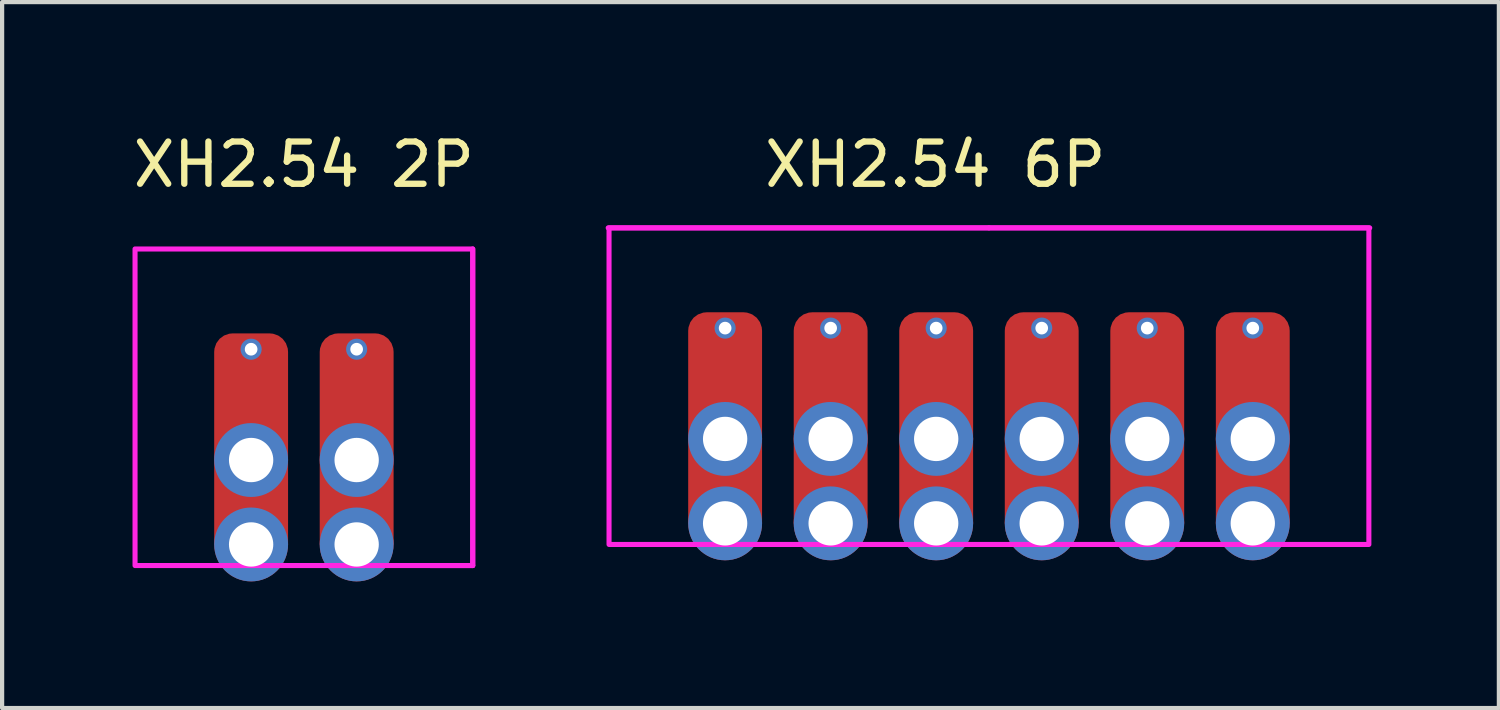
<source format=kicad_pcb>
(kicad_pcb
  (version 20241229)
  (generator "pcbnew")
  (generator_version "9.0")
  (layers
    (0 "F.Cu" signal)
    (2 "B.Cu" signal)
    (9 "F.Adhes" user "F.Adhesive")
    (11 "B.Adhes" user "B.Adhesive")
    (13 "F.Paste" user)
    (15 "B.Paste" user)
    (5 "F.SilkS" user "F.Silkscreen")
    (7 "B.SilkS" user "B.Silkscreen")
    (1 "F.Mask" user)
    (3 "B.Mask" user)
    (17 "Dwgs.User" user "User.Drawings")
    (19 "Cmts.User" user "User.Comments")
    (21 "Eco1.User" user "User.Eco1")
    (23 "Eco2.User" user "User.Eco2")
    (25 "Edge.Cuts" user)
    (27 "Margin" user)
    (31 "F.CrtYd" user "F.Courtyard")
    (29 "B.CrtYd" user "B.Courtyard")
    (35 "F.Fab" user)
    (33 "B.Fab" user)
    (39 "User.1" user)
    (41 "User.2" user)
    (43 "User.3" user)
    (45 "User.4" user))
  (footprint "XH2.54 2P"
    (layer "F.Cu")
    (at 4.149 9.848)
    (property "Reference" "XH2.54 2P" (at 0 -9 0) (unlocked yes) (layer "F.SilkS") (effects (font (size 1 1) (thickness 0.15))))
    (attr through_hole)
    (fp_line (start 3 0.5) (end 4 0.5) (stroke (width 0.12) (type solid)) (layer "F.CrtYd"))
    (fp_line (start 4 0.5) (end 4 -7) (stroke (width 0.12) (type solid)) (layer "F.CrtYd"))
    (fp_rect (start -4 -7) (end 4 0.5) (stroke (width 0.12) (type default)) (fill no) (layer "F.CrtYd"))
    (pad "1" thru_hole circle (at -1.25 -4.625) (size 0.5 0.5) (drill 0.3) (property pad_prop_heatsink) (layers "*.Cu"))
    (pad "1" smd roundrect (at -1.25 -2.5) (size 1.75 5) (layers "F.Cu" "F.Mask") (roundrect_rratio 0.25) (chamfer_ratio 0) (chamfer bottom_left bottom_right))
    (pad "1" thru_hole circle (at -1.25 -2 180) (size 1.75 1.75) (drill 1.05) (layers "*.Cu" "*.Mask"))
    (pad "1" thru_hole circle (at -1.25 0) (size 1.75 1.75) (drill 1.05) (layers "*.Cu" "*.Mask"))
    (pad "2" thru_hole circle (at 1.25 -4.625) (size 0.5 0.5) (drill 0.3) (property pad_prop_heatsink) (layers "*.Cu"))
    (pad "2" smd roundrect (at 1.25 -2.5) (size 1.75 5) (layers "F.Cu" "F.Mask") (roundrect_rratio 0.25) (chamfer_ratio 0) (chamfer bottom_left bottom_right))
    (pad "2" thru_hole circle (at 1.25 -2 180) (size 1.75 1.75) (drill 1.05) (layers "*.Cu" "*.Mask"))
    (pad "2" thru_hole circle (at 1.25 0) (size 1.75 1.75) (drill 1.05) (layers "*.Cu" "*.Mask")))
  (footprint "XH2.54 6P"
    (layer "F.Cu")
    (at 20.378 9.348)
    (property "Reference" "XH2.54 6P" (at -1.27 -8.5 0) (unlocked yes) (layer "F.SilkS") (effects (font (size 1 1) (thickness 0.15))))
    (attr through_hole)
    (fp_line (start 0 -7) (end -9.02 -7) (stroke (width 0.12) (type solid)) (layer "F.CrtYd"))
    (fp_line (start 0 -7) (end 9.02 -7) (stroke (width 0.12) (type solid)) (layer "F.CrtYd"))
    (fp_rect (start -9 -7) (end 9 0.5) (stroke (width 0.12) (type default)) (fill no) (layer "F.CrtYd"))
    (pad "1" thru_hole circle (at -6.25 -4.625) (size 0.5 0.5) (drill 0.3) (property pad_prop_heatsink) (layers "*.Cu"))
    (pad "1" smd roundrect (at -6.25 -2.5) (size 1.75 5) (layers "F.Cu" "F.Mask") (roundrect_rratio 0.25) (chamfer_ratio 0) (chamfer bottom_left bottom_right))
    (pad "1" thru_hole circle (at -6.25 -2 180) (size 1.75 1.75) (drill 1.05) (layers "*.Cu" "*.Mask"))
    (pad "1" thru_hole circle (at -6.25 0) (size 1.75 1.75) (drill 1.05) (layers "*.Cu" "*.Mask"))
    (pad "2" thru_hole circle (at -3.75 -4.625) (size 0.5 0.5) (drill 0.3) (property pad_prop_heatsink) (layers "*.Cu"))
    (pad "2" smd roundrect (at -3.75 -2.5) (size 1.75 5) (layers "F.Cu" "F.Mask") (roundrect_rratio 0.25) (chamfer_ratio 0) (chamfer bottom_left bottom_right))
    (pad "2" thru_hole circle (at -3.75 -2) (size 1.75 1.75) (drill 1.05) (layers "*.Cu" "*.Mask"))
    (pad "2" thru_hole circle (at -3.75 0) (size 1.75 1.75) (drill 1.05) (layers "*.Cu" "*.Mask"))
    (pad "3" thru_hole circle (at -1.25 -4.625) (size 0.5 0.5) (drill 0.3) (property pad_prop_heatsink) (layers "*.Cu"))
    (pad "3" smd roundrect (at -1.25 -2.5) (size 1.75 5) (layers "F.Cu" "F.Mask") (roundrect_rratio 0.25) (chamfer_ratio 0) (chamfer bottom_left bottom_right))
    (pad "3" thru_hole circle (at -1.25 -2 180) (size 1.75 1.75) (drill 1.05) (layers "*.Cu" "*.Mask"))
    (pad "3" thru_hole circle (at -1.25 0) (size 1.75 1.75) (drill 1.05) (layers "*.Cu" "*.Mask"))
    (pad "4" thru_hole circle (at 1.25 -4.625) (size 0.5 0.5) (drill 0.3) (property pad_prop_heatsink) (layers "*.Cu"))
    (pad "4" smd roundrect (at 1.25 -2.5) (size 1.75 5) (layers "F.Cu" "F.Mask") (roundrect_rratio 0.25) (chamfer_ratio 0) (chamfer bottom_left bottom_right))
    (pad "4" thru_hole circle (at 1.25 -2 180) (size 1.75 1.75) (drill 1.05) (layers "*.Cu" "*.Mask"))
    (pad "4" thru_hole circle (at 1.25 0) (size 1.75 1.75) (drill 1.05) (layers "*.Cu" "*.Mask"))
    (pad "5" thru_hole circle (at 3.75 -4.625) (size 0.5 0.5) (drill 0.3) (property pad_prop_heatsink) (layers "*.Cu"))
    (pad "5" smd roundrect (at 3.75 -2.5) (size 1.75 5) (layers "F.Cu" "F.Mask") (roundrect_rratio 0.25) (chamfer_ratio 0) (chamfer bottom_left bottom_right))
    (pad "5" thru_hole circle (at 3.75 -2 180) (size 1.75 1.75) (drill 1.05) (layers "*.Cu" "*.Mask"))
    (pad "5" thru_hole circle (at 3.75 0) (size 1.75 1.75) (drill 1.05) (layers "*.Cu" "*.Mask"))
    (pad "6" thru_hole circle (at 6.25 -4.625) (size 0.5 0.5) (drill 0.3) (property pad_prop_heatsink) (layers "*.Cu"))
    (pad "6" smd roundrect (at 6.25 -2.5) (size 1.75 5) (layers "F.Cu" "F.Mask") (roundrect_rratio 0.25) (chamfer_ratio 0) (chamfer bottom_left bottom_right))
    (pad "6" thru_hole circle (at 6.25 -2 180) (size 1.75 1.75) (drill 1.05) (layers "*.Cu" "*.Mask"))
    (pad "6" thru_hole circle (at 6.25 0) (size 1.75 1.75) (drill 1.05) (layers "*.Cu" "*.Mask")))
  (gr_rect
    (start -3 -3)
    (end 32.458 13.723)
    (stroke (width 0.1) (type default))
    (fill no)
    (layer "Edge.Cuts")))
</source>
